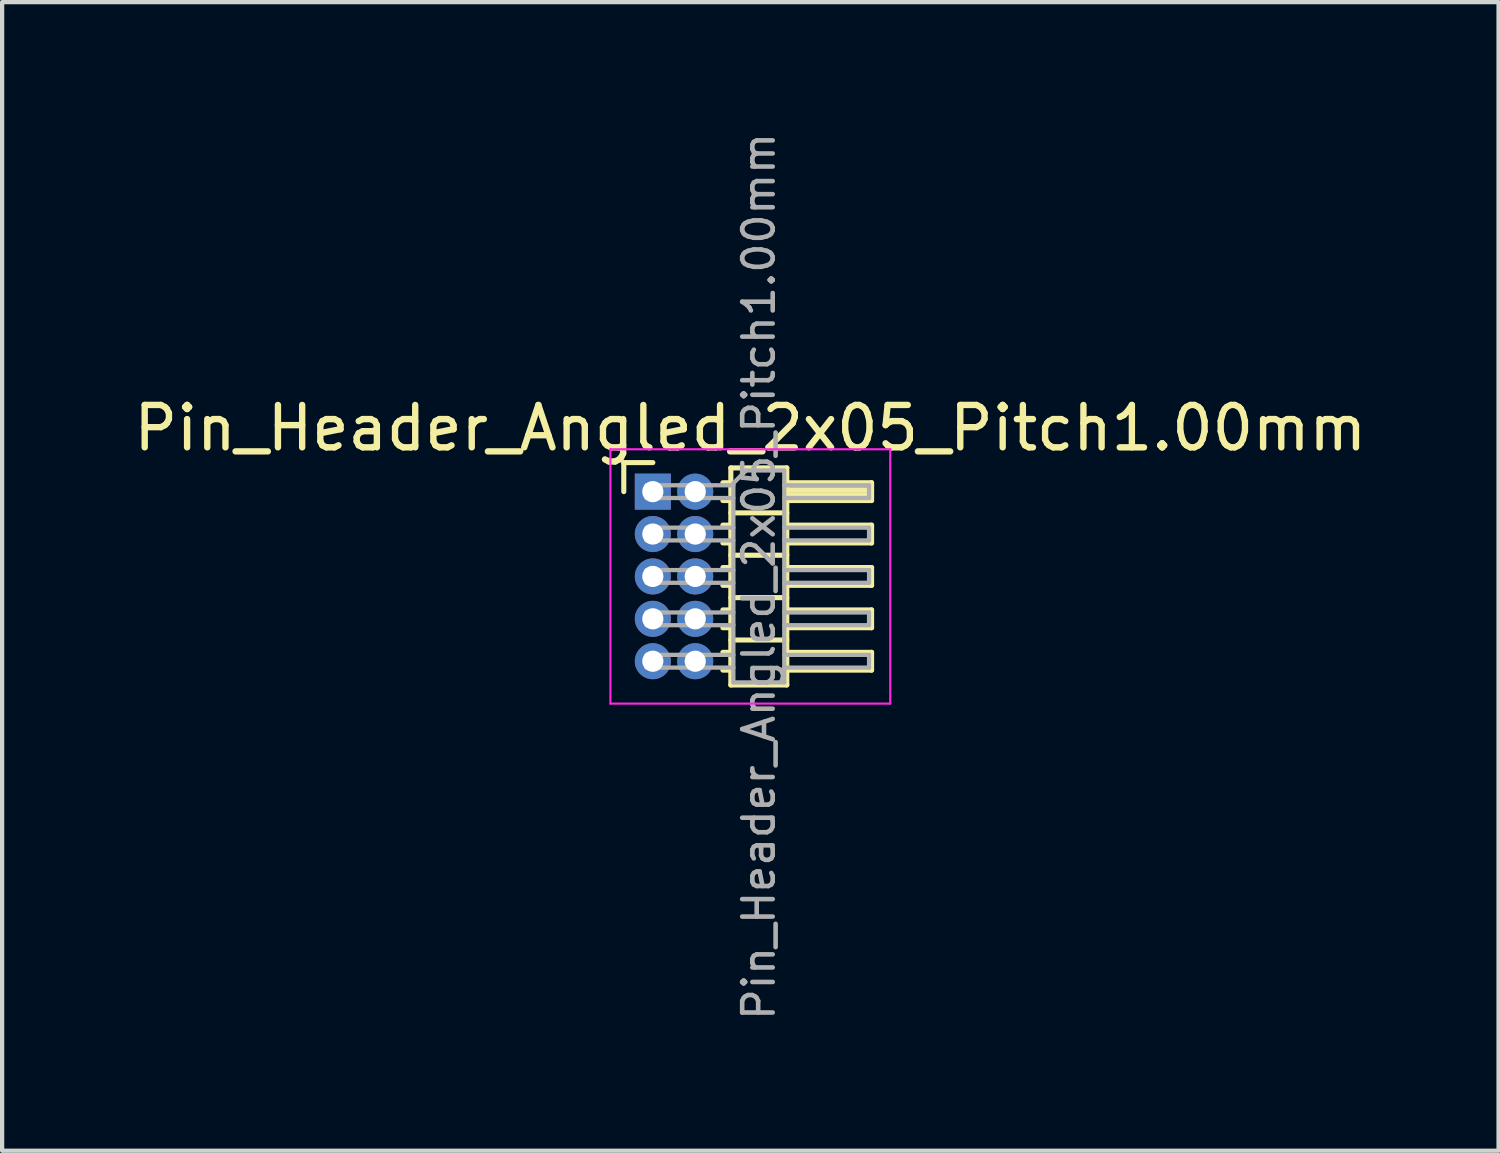
<source format=kicad_pcb>
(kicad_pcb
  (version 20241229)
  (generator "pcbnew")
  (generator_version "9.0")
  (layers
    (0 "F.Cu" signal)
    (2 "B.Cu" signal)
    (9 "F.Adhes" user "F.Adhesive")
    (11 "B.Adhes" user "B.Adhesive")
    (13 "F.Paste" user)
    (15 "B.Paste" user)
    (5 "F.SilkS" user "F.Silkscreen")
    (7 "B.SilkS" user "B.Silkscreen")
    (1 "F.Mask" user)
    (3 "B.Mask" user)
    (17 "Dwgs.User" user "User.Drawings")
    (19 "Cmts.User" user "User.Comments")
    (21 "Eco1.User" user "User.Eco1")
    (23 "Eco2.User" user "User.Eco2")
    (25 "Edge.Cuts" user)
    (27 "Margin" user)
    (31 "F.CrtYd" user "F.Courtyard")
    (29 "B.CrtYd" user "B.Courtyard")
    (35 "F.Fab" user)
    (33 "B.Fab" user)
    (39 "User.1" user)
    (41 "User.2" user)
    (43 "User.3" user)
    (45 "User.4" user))
  (footprint "Pin_Header_Angled_2x05_Pitch1.00mm"
    (layer "F.Cu")
    (at 12.349 8.547)
    (property "Reference" "Pin_Header_Angled_2x05_Pitch1.00mm" (at 2.3 -1.5 0) (layer "F.SilkS") (effects (font (size 1 1) (thickness 0.15))))
    (attr through_hole)
    (fp_line (start -0.685 -0.685) (end 0 -0.685) (stroke (width 0.12) (type solid)) (layer "F.SilkS"))
    (fp_line (start -0.685 0) (end -0.685 -0.685) (stroke (width 0.12) (type solid)) (layer "F.SilkS"))
    (fp_line (start 1.652 -0.21) (end 1.84 -0.21) (stroke (width 0.12) (type solid)) (layer "F.SilkS"))
    (fp_line (start 1.652 0.21) (end 1.84 0.21) (stroke (width 0.12) (type solid)) (layer "F.SilkS"))
    (fp_line (start 1.652 0.79) (end 1.84 0.79) (stroke (width 0.12) (type solid)) (layer "F.SilkS"))
    (fp_line (start 1.652 1.21) (end 1.84 1.21) (stroke (width 0.12) (type solid)) (layer "F.SilkS"))
    (fp_line (start 1.652 1.79) (end 1.84 1.79) (stroke (width 0.12) (type solid)) (layer "F.SilkS"))
    (fp_line (start 1.652 2.21) (end 1.84 2.21) (stroke (width 0.12) (type solid)) (layer "F.SilkS"))
    (fp_line (start 1.652 2.79) (end 1.84 2.79) (stroke (width 0.12) (type solid)) (layer "F.SilkS"))
    (fp_line (start 1.652 3.21) (end 1.84 3.21) (stroke (width 0.12) (type solid)) (layer "F.SilkS"))
    (fp_line (start 1.652 3.79) (end 1.84 3.79) (stroke (width 0.12) (type solid)) (layer "F.SilkS"))
    (fp_line (start 1.652 4.21) (end 1.84 4.21) (stroke (width 0.12) (type solid)) (layer "F.SilkS"))
    (fp_line (start 1.84 -0.56) (end 1.84 4.56) (stroke (width 0.12) (type solid)) (layer "F.SilkS"))
    (fp_line (start 1.84 0.5) (end 3.16 0.5) (stroke (width 0.12) (type solid)) (layer "F.SilkS"))
    (fp_line (start 1.84 1.5) (end 3.16 1.5) (stroke (width 0.12) (type solid)) (layer "F.SilkS"))
    (fp_line (start 1.84 2.5) (end 3.16 2.5) (stroke (width 0.12) (type solid)) (layer "F.SilkS"))
    (fp_line (start 1.84 3.5) (end 3.16 3.5) (stroke (width 0.12) (type solid)) (layer "F.SilkS"))
    (fp_line (start 1.84 4.56) (end 3.16 4.56) (stroke (width 0.12) (type solid)) (layer "F.SilkS"))
    (fp_line (start 3.16 -0.56) (end 1.84 -0.56) (stroke (width 0.12) (type solid)) (layer "F.SilkS"))
    (fp_line (start 3.16 -0.21) (end 5.16 -0.21) (stroke (width 0.12) (type solid)) (layer "F.SilkS"))
    (fp_line (start 3.16 -0.15) (end 5.16 -0.15) (stroke (width 0.12) (type solid)) (layer "F.SilkS"))
    (fp_line (start 3.16 -0.03) (end 5.16 -0.03) (stroke (width 0.12) (type solid)) (layer "F.SilkS"))
    (fp_line (start 3.16 0.09) (end 5.16 0.09) (stroke (width 0.12) (type solid)) (layer "F.SilkS"))
    (fp_line (start 3.16 0.79) (end 5.16 0.79) (stroke (width 0.12) (type solid)) (layer "F.SilkS"))
    (fp_line (start 3.16 1.79) (end 5.16 1.79) (stroke (width 0.12) (type solid)) (layer "F.SilkS"))
    (fp_line (start 3.16 2.79) (end 5.16 2.79) (stroke (width 0.12) (type solid)) (layer "F.SilkS"))
    (fp_line (start 3.16 3.79) (end 5.16 3.79) (stroke (width 0.12) (type solid)) (layer "F.SilkS"))
    (fp_line (start 3.16 4.56) (end 3.16 -0.56) (stroke (width 0.12) (type solid)) (layer "F.SilkS"))
    (fp_line (start 5.16 -0.21) (end 5.16 0.21) (stroke (width 0.12) (type solid)) (layer "F.SilkS"))
    (fp_line (start 5.16 0.21) (end 3.16 0.21) (stroke (width 0.12) (type solid)) (layer "F.SilkS"))
    (fp_line (start 5.16 0.79) (end 5.16 1.21) (stroke (width 0.12) (type solid)) (layer "F.SilkS"))
    (fp_line (start 5.16 1.21) (end 3.16 1.21) (stroke (width 0.12) (type solid)) (layer "F.SilkS"))
    (fp_line (start 5.16 1.79) (end 5.16 2.21) (stroke (width 0.12) (type solid)) (layer "F.SilkS"))
    (fp_line (start 5.16 2.21) (end 3.16 2.21) (stroke (width 0.12) (type solid)) (layer "F.SilkS"))
    (fp_line (start 5.16 2.79) (end 5.16 3.21) (stroke (width 0.12) (type solid)) (layer "F.SilkS"))
    (fp_line (start 5.16 3.21) (end 3.16 3.21) (stroke (width 0.12) (type solid)) (layer "F.SilkS"))
    (fp_line (start 5.16 3.79) (end 5.16 4.21) (stroke (width 0.12) (type solid)) (layer "F.SilkS"))
    (fp_line (start 5.16 4.21) (end 3.16 4.21) (stroke (width 0.12) (type solid)) (layer "F.SilkS"))
    (fp_line (start -1 -1) (end -1 5) (stroke (width 0.05) (type solid)) (layer "F.CrtYd"))
    (fp_line (start -1 5) (end 5.6 5) (stroke (width 0.05) (type solid)) (layer "F.CrtYd"))
    (fp_line (start 5.6 -1) (end -1 -1) (stroke (width 0.05) (type solid)) (layer "F.CrtYd"))
    (fp_line (start 5.6 5) (end 5.6 -1) (stroke (width 0.05) (type solid)) (layer "F.CrtYd"))
    (fp_line (start -0.15 -0.15) (end -0.15 0.15) (stroke (width 0.1) (type solid)) (layer "F.Fab"))
    (fp_line (start -0.15 -0.15) (end 1.9 -0.15) (stroke (width 0.1) (type solid)) (layer "F.Fab"))
    (fp_line (start -0.15 0.15) (end 1.9 0.15) (stroke (width 0.1) (type solid)) (layer "F.Fab"))
    (fp_line (start -0.15 0.85) (end -0.15 1.15) (stroke (width 0.1) (type solid)) (layer "F.Fab"))
    (fp_line (start -0.15 0.85) (end 1.9 0.85) (stroke (width 0.1) (type solid)) (layer "F.Fab"))
    (fp_line (start -0.15 1.15) (end 1.9 1.15) (stroke (width 0.1) (type solid)) (layer "F.Fab"))
    (fp_line (start -0.15 1.85) (end -0.15 2.15) (stroke (width 0.1) (type solid)) (layer "F.Fab"))
    (fp_line (start -0.15 1.85) (end 1.9 1.85) (stroke (width 0.1) (type solid)) (layer "F.Fab"))
    (fp_line (start -0.15 2.15) (end 1.9 2.15) (stroke (width 0.1) (type solid)) (layer "F.Fab"))
    (fp_line (start -0.15 2.85) (end -0.15 3.15) (stroke (width 0.1) (type solid)) (layer "F.Fab"))
    (fp_line (start -0.15 2.85) (end 1.9 2.85) (stroke (width 0.1) (type solid)) (layer "F.Fab"))
    (fp_line (start -0.15 3.15) (end 1.9 3.15) (stroke (width 0.1) (type solid)) (layer "F.Fab"))
    (fp_line (start -0.15 3.85) (end -0.15 4.15) (stroke (width 0.1) (type solid)) (layer "F.Fab"))
    (fp_line (start -0.15 3.85) (end 1.9 3.85) (stroke (width 0.1) (type solid)) (layer "F.Fab"))
    (fp_line (start -0.15 4.15) (end 1.9 4.15) (stroke (width 0.1) (type solid)) (layer "F.Fab"))
    (fp_line (start 1.9 -0.2) (end 2.2 -0.5) (stroke (width 0.1) (type solid)) (layer "F.Fab"))
    (fp_line (start 1.9 4.5) (end 1.9 -0.2) (stroke (width 0.1) (type solid)) (layer "F.Fab"))
    (fp_line (start 2.2 -0.5) (end 3.1 -0.5) (stroke (width 0.1) (type solid)) (layer "F.Fab"))
    (fp_line (start 3.1 -0.5) (end 3.1 4.5) (stroke (width 0.1) (type solid)) (layer "F.Fab"))
    (fp_line (start 3.1 -0.15) (end 5.1 -0.15) (stroke (width 0.1) (type solid)) (layer "F.Fab"))
    (fp_line (start 3.1 0.15) (end 5.1 0.15) (stroke (width 0.1) (type solid)) (layer "F.Fab"))
    (fp_line (start 3.1 0.85) (end 5.1 0.85) (stroke (width 0.1) (type solid)) (layer "F.Fab"))
    (fp_line (start 3.1 1.15) (end 5.1 1.15) (stroke (width 0.1) (type solid)) (layer "F.Fab"))
    (fp_line (start 3.1 1.85) (end 5.1 1.85) (stroke (width 0.1) (type solid)) (layer "F.Fab"))
    (fp_line (start 3.1 2.15) (end 5.1 2.15) (stroke (width 0.1) (type solid)) (layer "F.Fab"))
    (fp_line (start 3.1 2.85) (end 5.1 2.85) (stroke (width 0.1) (type solid)) (layer "F.Fab"))
    (fp_line (start 3.1 3.15) (end 5.1 3.15) (stroke (width 0.1) (type solid)) (layer "F.Fab"))
    (fp_line (start 3.1 3.85) (end 5.1 3.85) (stroke (width 0.1) (type solid)) (layer "F.Fab"))
    (fp_line (start 3.1 4.15) (end 5.1 4.15) (stroke (width 0.1) (type solid)) (layer "F.Fab"))
    (fp_line (start 3.1 4.5) (end 1.9 4.5) (stroke (width 0.1) (type solid)) (layer "F.Fab"))
    (fp_line (start 5.1 -0.15) (end 5.1 0.15) (stroke (width 0.1) (type solid)) (layer "F.Fab"))
    (fp_line (start 5.1 0.85) (end 5.1 1.15) (stroke (width 0.1) (type solid)) (layer "F.Fab"))
    (fp_line (start 5.1 1.85) (end 5.1 2.15) (stroke (width 0.1) (type solid)) (layer "F.Fab"))
    (fp_line (start 5.1 2.85) (end 5.1 3.15) (stroke (width 0.1) (type solid)) (layer "F.Fab"))
    (fp_line (start 5.1 3.85) (end 5.1 4.15) (stroke (width 0.1) (type solid)) (layer "F.Fab"))
    (fp_text user "${REFERENCE}" (at 2.5 2 90) (layer "F.Fab") (effects (font (size 0.72 0.72) (thickness 0.108))))
    (pad "1" thru_hole rect (at 0 0) (size 0.85 0.85) (drill 0.5) (layers "*.Cu" "*.Mask"))
    (pad "2" thru_hole oval (at 1 0) (size 0.85 0.85) (drill 0.5) (layers "*.Cu" "*.Mask"))
    (pad "3" thru_hole oval (at 0 1) (size 0.85 0.85) (drill 0.5) (layers "*.Cu" "*.Mask"))
    (pad "4" thru_hole oval (at 1 1) (size 0.85 0.85) (drill 0.5) (layers "*.Cu" "*.Mask"))
    (pad "5" thru_hole oval (at 0 2) (size 0.85 0.85) (drill 0.5) (layers "*.Cu" "*.Mask"))
    (pad "6" thru_hole oval (at 1 2) (size 0.85 0.85) (drill 0.5) (layers "*.Cu" "*.Mask"))
    (pad "7" thru_hole oval (at 0 3) (size 0.85 0.85) (drill 0.5) (layers "*.Cu" "*.Mask"))
    (pad "8" thru_hole oval (at 1 3) (size 0.85 0.85) (drill 0.5) (layers "*.Cu" "*.Mask"))
    (pad "9" thru_hole oval (at 0 4) (size 0.85 0.85) (drill 0.5) (layers "*.Cu" "*.Mask"))
    (pad "10" thru_hole oval (at 1 4) (size 0.85 0.85) (drill 0.5) (layers "*.Cu" "*.Mask")))
  (gr_rect
    (start -3 -3)
    (end 32.298 24.094)
    (stroke (width 0.1) (type default))
    (fill no)
    (layer "Edge.Cuts")))
</source>
